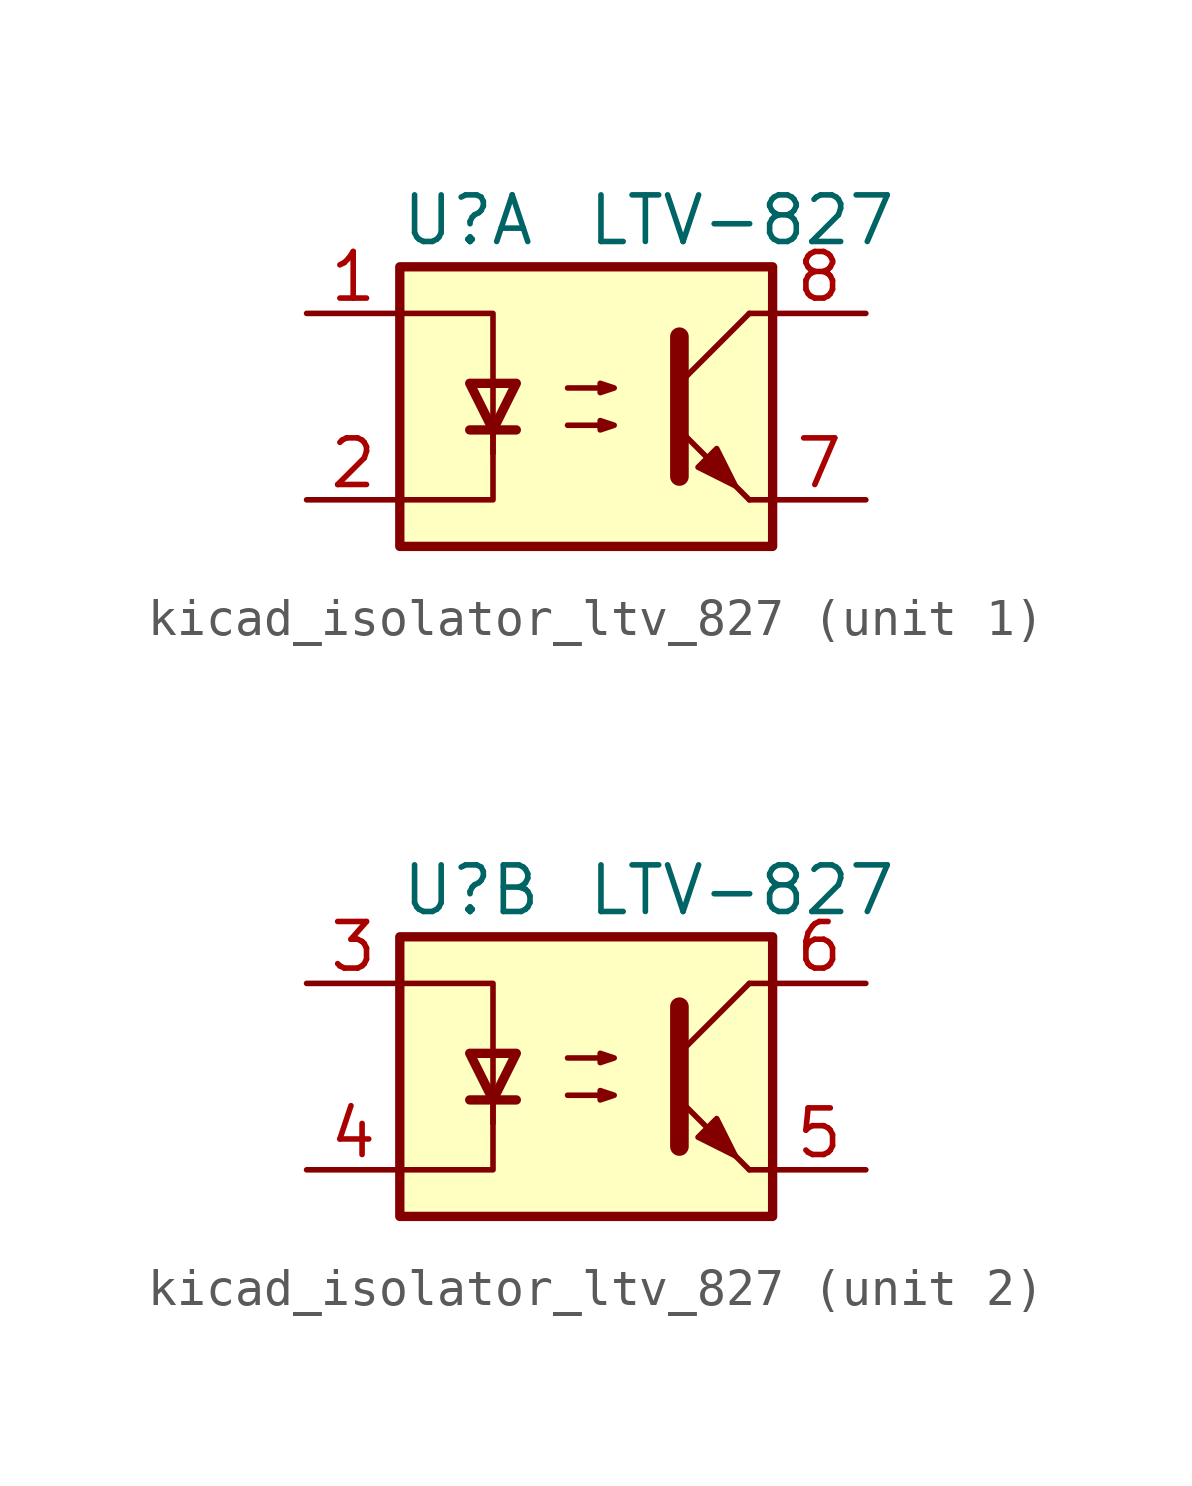
<source format=kicad_sym>
(kicad_symbol_lib
  (version 20220914)
  (generator kicad_symbol_editor)
  (symbol "kicad_isolator_ltv_827"
    (pin_names
      (offset 1.016))
    (property "Reference" "U"
      (at -5.08 5.08 0)
      (effects (font (size 1.27 1.27)) (justify left)))
    (property "Value" "LTV-827"
      (at 0 5.08 0)
      (effects (font (size 1.27 1.27)) (justify left)))
    (symbol "kicad_isolator_ltv_827_0_1"
      (rectangle (start -5.08 3.81) (end 5.08 -3.81) (stroke (width 0.254) (type default)) (fill (type background)))
      (polyline (pts (xy -3.175 -0.635) (xy -1.905 -0.635)) (stroke (width 0.254) (type default)) (fill (type none)))
      (polyline (pts (xy 2.54 0.635) (xy 4.445 2.54)) (stroke (width 0) (type default)) (fill (type none)))
      (polyline (pts (xy 4.445 -2.54) (xy 2.54 -0.635)) (stroke (width 0) (type default)) (fill (type outline)))
      (polyline (pts (xy 4.445 -2.54) (xy 5.08 -2.54)) (stroke (width 0) (type default)) (fill (type none)))
      (polyline (pts (xy 4.445 2.54) (xy 5.08 2.54)) (stroke (width 0) (type default)) (fill (type none)))
      (polyline (pts (xy -2.54 -0.635) (xy -2.54 -2.54) (xy -5.08 -2.54)) (stroke (width 0) (type default)) (fill (type none)))
      (polyline (pts (xy 2.54 1.905) (xy 2.54 -1.905) (xy 2.54 -1.905)) (stroke (width 0.508) (type default)) (fill (type none)))
      (polyline (pts (xy -5.08 2.54) (xy -2.54 2.54) (xy -2.54 -1.27) (xy -2.54 0.635)) (stroke (width 0) (type default)) (fill (type none)))
      (polyline (pts (xy -2.54 -0.635) (xy -3.175 0.635) (xy -1.905 0.635) (xy -2.54 -0.635)) (stroke (width 0.254) (type default)) (fill (type none)))
      (polyline (pts (xy -0.508 -0.508) (xy 0.762 -0.508) (xy 0.381 -0.635) (xy 0.381 -0.381) (xy 0.762 -0.508)) (stroke (width 0) (type default)) (fill (type none)))
      (polyline (pts (xy -0.508 0.508) (xy 0.762 0.508) (xy 0.381 0.381) (xy 0.381 0.635) (xy 0.762 0.508)) (stroke (width 0) (type default)) (fill (type none)))
      (polyline (pts (xy 3.048 -1.651) (xy 3.556 -1.143) (xy 4.064 -2.159) (xy 3.048 -1.651) (xy 3.048 -1.651)) (stroke (width 0) (type default)) (fill (type outline))))
    (symbol "kicad_isolator_ltv_827_1_1"
      (pin passive line (at -7.62 2.54 0) (length 2.54) (name "~" (effects (font (size 1.27 1.27)))) (number "1" (effects (font (size 1.27 1.27)))))
      (pin passive line (at -7.62 -2.54 0) (length 2.54) (name "~" (effects (font (size 1.27 1.27)))) (number "2" (effects (font (size 1.27 1.27)))))
      (pin passive line (at 7.62 -2.54 180) (length 2.54) (name "~" (effects (font (size 1.27 1.27)))) (number "7" (effects (font (size 1.27 1.27)))))
      (pin passive line (at 7.62 2.54 180) (length 2.54) (name "~" (effects (font (size 1.27 1.27)))) (number "8" (effects (font (size 1.27 1.27))))))
    (symbol "kicad_isolator_ltv_827_2_1"
      (pin passive line (at -7.62 2.54 0) (length 2.54) (name "~" (effects (font (size 1.27 1.27)))) (number "3" (effects (font (size 1.27 1.27)))))
      (pin passive line (at -7.62 -2.54 0) (length 2.54) (name "~" (effects (font (size 1.27 1.27)))) (number "4" (effects (font (size 1.27 1.27)))))
      (pin passive line (at 7.62 -2.54 180) (length 2.54) (name "~" (effects (font (size 1.27 1.27)))) (number "5" (effects (font (size 1.27 1.27)))))
      (pin passive line (at 7.62 2.54 180) (length 2.54) (name "~" (effects (font (size 1.27 1.27)))) (number "6" (effects (font (size 1.27 1.27))))))))
</source>
